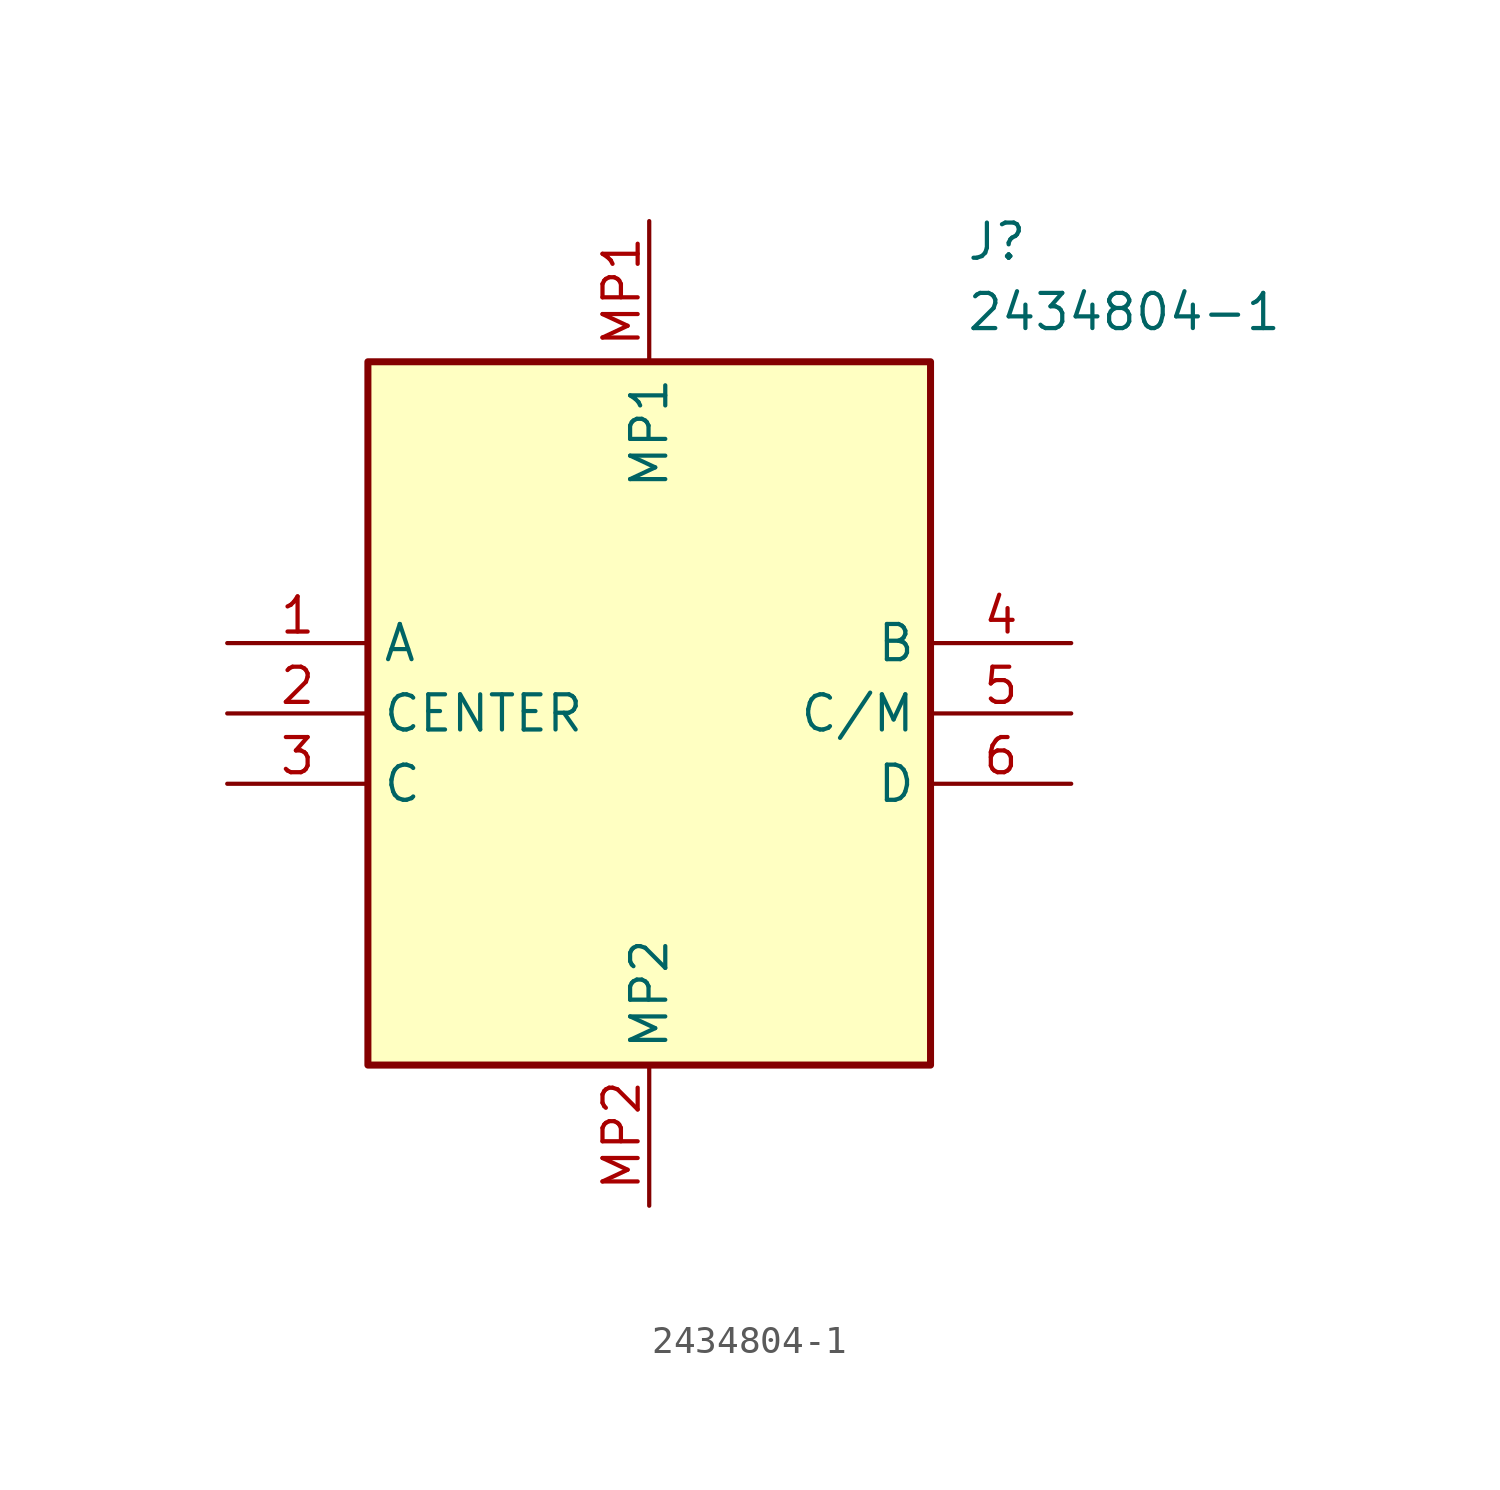
<source format=kicad_sym>
(kicad_symbol_lib
  (version 20211014)
  (generator SamacSys_ECAD_Model)
  (symbol "2434804-1"
    (property "Reference" "J"
      (at 26.67 15.24 0)
      (effects (font (size 1.27 1.27)) (justify left top)))
    (property "Value" "2434804-1"
      (at 26.67 12.7 0)
      (effects (font (size 1.27 1.27)) (justify left top)))
    (rectangle
      (start 5.08 10.16)
      (end 25.4 -15.24)
      (stroke (width 0.254) (type default))
      (fill (type background)))
    (pin passive line
      (at 0 0 0)
      (length 5.08)
      (name "A" (effects (font (size 1.27 1.27))))
      (number "1" (effects (font (size 1.27 1.27)))))
    (pin passive line
      (at 0 -2.54 0)
      (length 5.08)
      (name "CENTER" (effects (font (size 1.27 1.27))))
      (number "2" (effects (font (size 1.27 1.27)))))
    (pin passive line
      (at 0 -5.08 0)
      (length 5.08)
      (name "C" (effects (font (size 1.27 1.27))))
      (number "3" (effects (font (size 1.27 1.27)))))
    (pin passive line
      (at 30.48 0 180)
      (length 5.08)
      (name "B" (effects (font (size 1.27 1.27))))
      (number "4" (effects (font (size 1.27 1.27)))))
    (pin passive line
      (at 30.48 -2.54 180)
      (length 5.08)
      (name "C/M" (effects (font (size 1.27 1.27))))
      (number "5" (effects (font (size 1.27 1.27)))))
    (pin passive line
      (at 30.48 -5.08 180)
      (length 5.08)
      (name "D" (effects (font (size 1.27 1.27))))
      (number "6" (effects (font (size 1.27 1.27)))))
    (pin passive line
      (at 15.24 15.24 270)
      (length 5.08)
      (name "MP1" (effects (font (size 1.27 1.27))))
      (number "MP1" (effects (font (size 1.27 1.27)))))
    (pin passive line
      (at 15.24 -20.32 90)
      (length 5.08)
      (name "MP2" (effects (font (size 1.27 1.27))))
      (number "MP2" (effects (font (size 1.27 1.27)))))))
</source>
